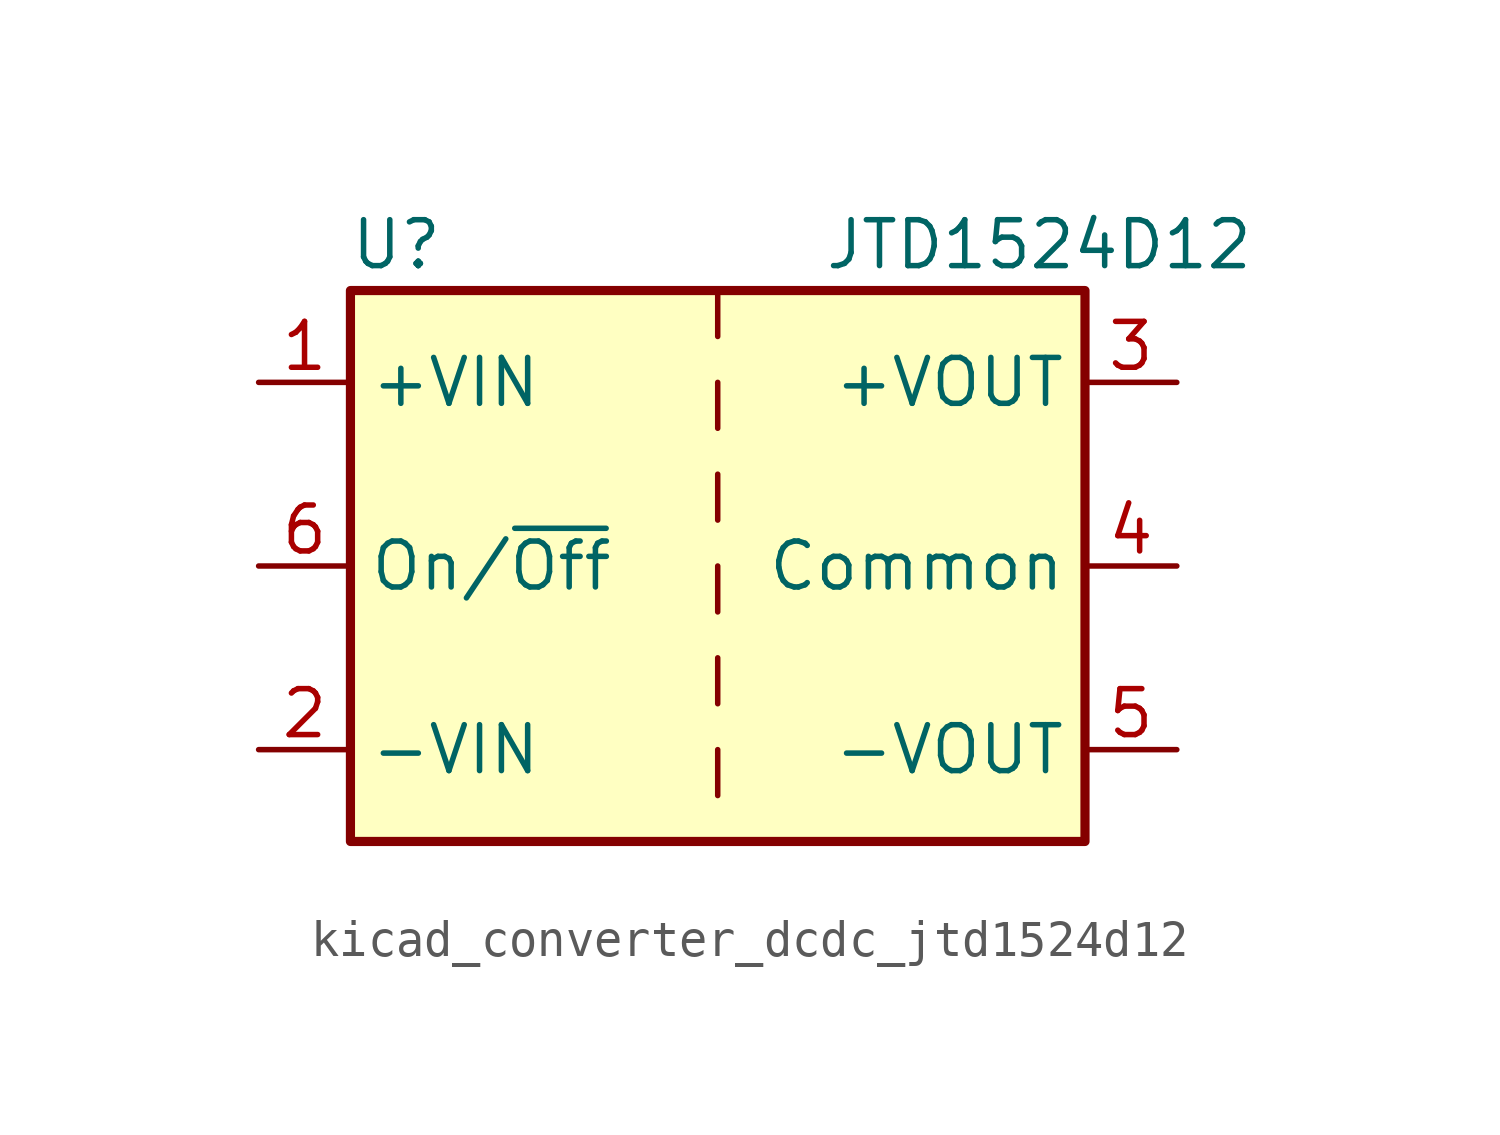
<source format=kicad_sym>
(kicad_symbol_lib
  (version 20220914)
  (generator kicad_symbol_editor)
  (symbol "kicad_converter_dcdc_jtd1524d12"
    (property "Reference" "U"
      (at -8.89 8.89 0)
      (effects (font (size 1.27 1.27))))
    (property "Value" "JTD1524D12"
      (at 8.89 8.89 0)
      (effects (font (size 1.27 1.27))))
    (symbol "kicad_converter_dcdc_jtd1524d12_0_1"
      (rectangle (start -10.16 7.62) (end 10.16 -7.62) (stroke (width 0.254) (type default)) (fill (type background)))
      (polyline (pts (xy 0 -5.08) (xy 0 -6.35)) (stroke (width 0) (type default)) (fill (type none)))
      (polyline (pts (xy 0 -2.54) (xy 0 -3.81)) (stroke (width 0) (type default)) (fill (type none)))
      (polyline (pts (xy 0 0) (xy 0 -1.27)) (stroke (width 0) (type default)) (fill (type none)))
      (polyline (pts (xy 0 2.54) (xy 0 1.27)) (stroke (width 0) (type default)) (fill (type none)))
      (polyline (pts (xy 0 5.08) (xy 0 3.81)) (stroke (width 0) (type default)) (fill (type none)))
      (polyline (pts (xy 0 7.62) (xy 0 6.35)) (stroke (width 0) (type default)) (fill (type none))))
    (symbol "kicad_converter_dcdc_jtd1524d12_1_1"
      (pin power_in line (at -12.7 5.08 0) (length 2.54) (name "+VIN" (effects (font (size 1.27 1.27)))) (number "1" (effects (font (size 1.27 1.27)))))
      (pin power_in line (at -12.7 -5.08 0) (length 2.54) (name "-VIN" (effects (font (size 1.27 1.27)))) (number "2" (effects (font (size 1.27 1.27)))))
      (pin power_out line (at 12.7 5.08 180) (length 2.54) (name "+VOUT" (effects (font (size 1.27 1.27)))) (number "3" (effects (font (size 1.27 1.27)))))
      (pin power_out line (at 12.7 0 180) (length 2.54) (name "Common" (effects (font (size 1.27 1.27)))) (number "4" (effects (font (size 1.27 1.27)))))
      (pin power_out line (at 12.7 -5.08 180) (length 2.54) (name "-VOUT" (effects (font (size 1.27 1.27)))) (number "5" (effects (font (size 1.27 1.27)))))
      (pin input line (at -12.7 0 0) (length 2.54) (name "On/~{Off}" (effects (font (size 1.27 1.27)))) (number "6" (effects (font (size 1.27 1.27))))))))
</source>
